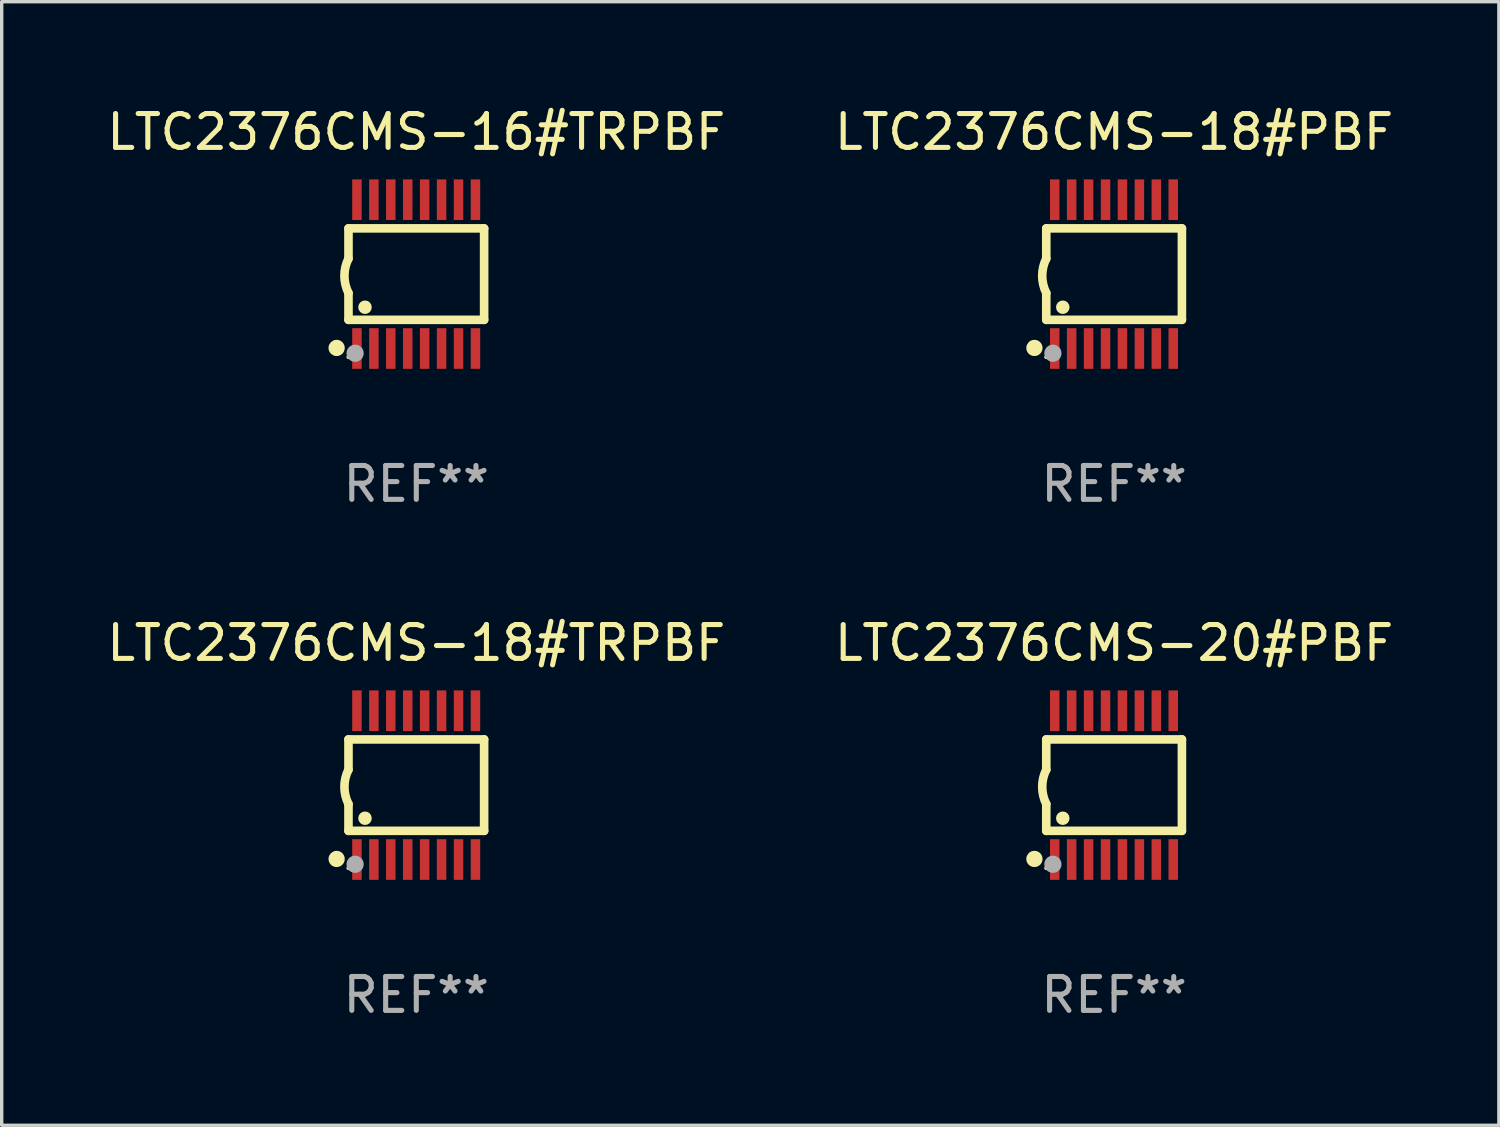
<source format=kicad_pcb>
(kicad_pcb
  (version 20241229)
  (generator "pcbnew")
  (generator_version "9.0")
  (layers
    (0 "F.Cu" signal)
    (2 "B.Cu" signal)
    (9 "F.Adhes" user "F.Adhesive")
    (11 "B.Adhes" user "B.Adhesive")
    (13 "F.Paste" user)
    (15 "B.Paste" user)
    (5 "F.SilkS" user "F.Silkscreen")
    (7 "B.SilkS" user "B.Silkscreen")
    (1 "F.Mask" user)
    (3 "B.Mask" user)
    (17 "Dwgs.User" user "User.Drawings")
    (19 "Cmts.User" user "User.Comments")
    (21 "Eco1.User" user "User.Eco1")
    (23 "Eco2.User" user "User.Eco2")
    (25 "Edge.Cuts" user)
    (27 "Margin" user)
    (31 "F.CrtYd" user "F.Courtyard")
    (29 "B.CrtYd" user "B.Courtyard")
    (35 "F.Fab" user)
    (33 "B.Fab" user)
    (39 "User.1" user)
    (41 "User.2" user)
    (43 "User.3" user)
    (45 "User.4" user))
  (footprint "LTC2376CMS-18#TRPBF"
    (layer "F.Cu")
    (at 9.244 20.136)
    (property "Reference" "LTC2376CMS-18#TRPBF" (at 0 -4.197 0) (layer "F.SilkS") (effects (font (size 1 1) (thickness 0.15))))
    (attr through_hole)
    (fp_line (start -2.003 -1.35) (end -2.003 -0.457) (stroke (width 0.254) (type solid)) (layer "F.SilkS"))
    (fp_line (start -2.003 -1.35) (end 2.003 -1.35) (stroke (width 0.254) (type solid)) (layer "F.SilkS"))
    (fp_line (start -2.003 1.35) (end -2.003 0.559) (stroke (width 0.254) (type solid)) (layer "F.SilkS"))
    (fp_line (start -2.003 1.35) (end 2.003 1.35) (stroke (width 0.254) (type solid)) (layer "F.SilkS"))
    (fp_line (start 2.003 -1.35) (end 2.003 1.35) (stroke (width 0.254) (type solid)) (layer "F.SilkS"))
    (fp_arc (start -2.002286 0.558802) (mid -2.122556 0.05092) (end -2.003302 -0.457201) (stroke (width 0.254001) (type solid)) (layer "F.SilkS"))
    (fp_circle (center -2.353 2.18) (end -2.233 2.18) (stroke (width 0.24) (type solid)) (fill no) (layer "F.SilkS"))
    (fp_circle (center -2.003 2.45) (end -1.973 2.45) (stroke (width 0.06) (type solid)) (fill no) (layer "F.SilkS"))
    (fp_circle (center -1.515 0.978) (end -1.415 0.978) (stroke (width 0.2) (type solid)) (fill no) (layer "F.SilkS"))
    (fp_circle (center -1.807 2.337) (end -1.68 2.337) (stroke (width 0.254) (type solid)) (fill no) (layer "F.Fab"))
    (fp_text user "REF**" (at 0 6.197 0) (layer "F.Fab") (effects (font (size 1 1) (thickness 0.15))))
    (pad "1" smd rect (at -1.753 2.197 90) (size 1.2 0.28) (layers "F.Cu" "F.Mask" "F.Paste"))
    (pad "2" smd rect (at -1.253 2.197 90) (size 1.2 0.28) (layers "F.Cu" "F.Mask" "F.Paste"))
    (pad "3" smd rect (at -0.753 2.197 90) (size 1.2 0.28) (layers "F.Cu" "F.Mask" "F.Paste"))
    (pad "4" smd rect (at -0.253 2.197 90) (size 1.2 0.28) (layers "F.Cu" "F.Mask" "F.Paste"))
    (pad "5" smd rect (at 0.247 2.197 90) (size 1.2 0.28) (layers "F.Cu" "F.Mask" "F.Paste"))
    (pad "6" smd rect (at 0.747 2.197 90) (size 1.2 0.28) (layers "F.Cu" "F.Mask" "F.Paste"))
    (pad "7" smd rect (at 1.247 2.197 90) (size 1.2 0.28) (layers "F.Cu" "F.Mask" "F.Paste"))
    (pad "8" smd rect (at 1.747 2.197 90) (size 1.2 0.28) (layers "F.Cu" "F.Mask" "F.Paste"))
    (pad "9" smd rect (at 1.747 -2.197 90) (size 1.2 0.28) (layers "F.Cu" "F.Mask" "F.Paste"))
    (pad "10" smd rect (at 1.247 -2.197 90) (size 1.2 0.28) (layers "F.Cu" "F.Mask" "F.Paste"))
    (pad "11" smd rect (at 0.747 -2.197 90) (size 1.2 0.28) (layers "F.Cu" "F.Mask" "F.Paste"))
    (pad "12" smd rect (at 0.247 -2.197 90) (size 1.2 0.28) (layers "F.Cu" "F.Mask" "F.Paste"))
    (pad "13" smd rect (at -0.253 -2.197 90) (size 1.2 0.28) (layers "F.Cu" "F.Mask" "F.Paste"))
    (pad "14" smd rect (at -0.753 -2.197 90) (size 1.2 0.28) (layers "F.Cu" "F.Mask" "F.Paste"))
    (pad "15" smd rect (at -1.253 -2.197 90) (size 1.2 0.28) (layers "F.Cu" "F.Mask" "F.Paste"))
    (pad "16" smd rect (at -1.753 -2.197 90) (size 1.2 0.28) (layers "F.Cu" "F.Mask" "F.Paste")))
  (footprint "LTC2376CMS-16#TRPBF"
    (layer "F.Cu")
    (at 9.244 5.045)
    (property "Reference" "LTC2376CMS-16#TRPBF" (at 0 -4.197 0) (layer "F.SilkS") (effects (font (size 1 1) (thickness 0.15))))
    (attr through_hole)
    (fp_line (start -2.003 -1.35) (end -2.003 -0.457) (stroke (width 0.254) (type solid)) (layer "F.SilkS"))
    (fp_line (start -2.003 -1.35) (end 2.003 -1.35) (stroke (width 0.254) (type solid)) (layer "F.SilkS"))
    (fp_line (start -2.003 1.35) (end -2.003 0.559) (stroke (width 0.254) (type solid)) (layer "F.SilkS"))
    (fp_line (start -2.003 1.35) (end 2.003 1.35) (stroke (width 0.254) (type solid)) (layer "F.SilkS"))
    (fp_line (start 2.003 -1.35) (end 2.003 1.35) (stroke (width 0.254) (type solid)) (layer "F.SilkS"))
    (fp_arc (start -2.002286 0.558802) (mid -2.122556 0.05092) (end -2.003302 -0.457201) (stroke (width 0.254001) (type solid)) (layer "F.SilkS"))
    (fp_circle (center -2.353 2.18) (end -2.233 2.18) (stroke (width 0.24) (type solid)) (fill no) (layer "F.SilkS"))
    (fp_circle (center -2.003 2.45) (end -1.973 2.45) (stroke (width 0.06) (type solid)) (fill no) (layer "F.SilkS"))
    (fp_circle (center -1.515 0.978) (end -1.415 0.978) (stroke (width 0.2) (type solid)) (fill no) (layer "F.SilkS"))
    (fp_circle (center -1.807 2.337) (end -1.68 2.337) (stroke (width 0.254) (type solid)) (fill no) (layer "F.Fab"))
    (fp_text user "REF**" (at 0 6.197 0) (layer "F.Fab") (effects (font (size 1 1) (thickness 0.15))))
    (pad "1" smd rect (at -1.753 2.197 90) (size 1.2 0.28) (layers "F.Cu" "F.Mask" "F.Paste"))
    (pad "2" smd rect (at -1.253 2.197 90) (size 1.2 0.28) (layers "F.Cu" "F.Mask" "F.Paste"))
    (pad "3" smd rect (at -0.753 2.197 90) (size 1.2 0.28) (layers "F.Cu" "F.Mask" "F.Paste"))
    (pad "4" smd rect (at -0.253 2.197 90) (size 1.2 0.28) (layers "F.Cu" "F.Mask" "F.Paste"))
    (pad "5" smd rect (at 0.247 2.197 90) (size 1.2 0.28) (layers "F.Cu" "F.Mask" "F.Paste"))
    (pad "6" smd rect (at 0.747 2.197 90) (size 1.2 0.28) (layers "F.Cu" "F.Mask" "F.Paste"))
    (pad "7" smd rect (at 1.247 2.197 90) (size 1.2 0.28) (layers "F.Cu" "F.Mask" "F.Paste"))
    (pad "8" smd rect (at 1.747 2.197 90) (size 1.2 0.28) (layers "F.Cu" "F.Mask" "F.Paste"))
    (pad "9" smd rect (at 1.747 -2.197 90) (size 1.2 0.28) (layers "F.Cu" "F.Mask" "F.Paste"))
    (pad "10" smd rect (at 1.247 -2.197 90) (size 1.2 0.28) (layers "F.Cu" "F.Mask" "F.Paste"))
    (pad "11" smd rect (at 0.747 -2.197 90) (size 1.2 0.28) (layers "F.Cu" "F.Mask" "F.Paste"))
    (pad "12" smd rect (at 0.247 -2.197 90) (size 1.2 0.28) (layers "F.Cu" "F.Mask" "F.Paste"))
    (pad "13" smd rect (at -0.253 -2.197 90) (size 1.2 0.28) (layers "F.Cu" "F.Mask" "F.Paste"))
    (pad "14" smd rect (at -0.753 -2.197 90) (size 1.2 0.28) (layers "F.Cu" "F.Mask" "F.Paste"))
    (pad "15" smd rect (at -1.253 -2.197 90) (size 1.2 0.28) (layers "F.Cu" "F.Mask" "F.Paste"))
    (pad "16" smd rect (at -1.753 -2.197 90) (size 1.2 0.28) (layers "F.Cu" "F.Mask" "F.Paste")))
  (footprint "LTC2376CMS-18#PBF"
    (layer "F.Cu")
    (at 29.851 5.045)
    (property "Reference" "LTC2376CMS-18#PBF" (at 0 -4.197 0) (layer "F.SilkS") (effects (font (size 1 1) (thickness 0.15))))
    (attr through_hole)
    (fp_line (start -2.003 -1.35) (end -2.003 -0.457) (stroke (width 0.254) (type solid)) (layer "F.SilkS"))
    (fp_line (start -2.003 -1.35) (end 2.003 -1.35) (stroke (width 0.254) (type solid)) (layer "F.SilkS"))
    (fp_line (start -2.003 1.35) (end -2.003 0.559) (stroke (width 0.254) (type solid)) (layer "F.SilkS"))
    (fp_line (start -2.003 1.35) (end 2.003 1.35) (stroke (width 0.254) (type solid)) (layer "F.SilkS"))
    (fp_line (start 2.003 -1.35) (end 2.003 1.35) (stroke (width 0.254) (type solid)) (layer "F.SilkS"))
    (fp_arc (start -2.002286 0.558802) (mid -2.122556 0.05092) (end -2.003302 -0.457201) (stroke (width 0.254001) (type solid)) (layer "F.SilkS"))
    (fp_circle (center -2.353 2.18) (end -2.233 2.18) (stroke (width 0.24) (type solid)) (fill no) (layer "F.SilkS"))
    (fp_circle (center -2.003 2.45) (end -1.973 2.45) (stroke (width 0.06) (type solid)) (fill no) (layer "F.SilkS"))
    (fp_circle (center -1.515 0.978) (end -1.415 0.978) (stroke (width 0.2) (type solid)) (fill no) (layer "F.SilkS"))
    (fp_circle (center -1.807 2.337) (end -1.68 2.337) (stroke (width 0.254) (type solid)) (fill no) (layer "F.Fab"))
    (fp_text user "REF**" (at 0 6.197 0) (layer "F.Fab") (effects (font (size 1 1) (thickness 0.15))))
    (pad "1" smd rect (at -1.753 2.197 90) (size 1.2 0.28) (layers "F.Cu" "F.Mask" "F.Paste"))
    (pad "2" smd rect (at -1.253 2.197 90) (size 1.2 0.28) (layers "F.Cu" "F.Mask" "F.Paste"))
    (pad "3" smd rect (at -0.753 2.197 90) (size 1.2 0.28) (layers "F.Cu" "F.Mask" "F.Paste"))
    (pad "4" smd rect (at -0.253 2.197 90) (size 1.2 0.28) (layers "F.Cu" "F.Mask" "F.Paste"))
    (pad "5" smd rect (at 0.247 2.197 90) (size 1.2 0.28) (layers "F.Cu" "F.Mask" "F.Paste"))
    (pad "6" smd rect (at 0.747 2.197 90) (size 1.2 0.28) (layers "F.Cu" "F.Mask" "F.Paste"))
    (pad "7" smd rect (at 1.247 2.197 90) (size 1.2 0.28) (layers "F.Cu" "F.Mask" "F.Paste"))
    (pad "8" smd rect (at 1.747 2.197 90) (size 1.2 0.28) (layers "F.Cu" "F.Mask" "F.Paste"))
    (pad "9" smd rect (at 1.747 -2.197 90) (size 1.2 0.28) (layers "F.Cu" "F.Mask" "F.Paste"))
    (pad "10" smd rect (at 1.247 -2.197 90) (size 1.2 0.28) (layers "F.Cu" "F.Mask" "F.Paste"))
    (pad "11" smd rect (at 0.747 -2.197 90) (size 1.2 0.28) (layers "F.Cu" "F.Mask" "F.Paste"))
    (pad "12" smd rect (at 0.247 -2.197 90) (size 1.2 0.28) (layers "F.Cu" "F.Mask" "F.Paste"))
    (pad "13" smd rect (at -0.253 -2.197 90) (size 1.2 0.28) (layers "F.Cu" "F.Mask" "F.Paste"))
    (pad "14" smd rect (at -0.753 -2.197 90) (size 1.2 0.28) (layers "F.Cu" "F.Mask" "F.Paste"))
    (pad "15" smd rect (at -1.253 -2.197 90) (size 1.2 0.28) (layers "F.Cu" "F.Mask" "F.Paste"))
    (pad "16" smd rect (at -1.753 -2.197 90) (size 1.2 0.28) (layers "F.Cu" "F.Mask" "F.Paste")))
  (footprint "LTC2376CMS-20#PBF"
    (layer "F.Cu")
    (at 29.851 20.136)
    (property "Reference" "LTC2376CMS-20#PBF" (at 0 -4.197 0) (layer "F.SilkS") (effects (font (size 1 1) (thickness 0.15))))
    (attr through_hole)
    (fp_line (start -2.003 -1.35) (end -2.003 -0.457) (stroke (width 0.254) (type solid)) (layer "F.SilkS"))
    (fp_line (start -2.003 -1.35) (end 2.003 -1.35) (stroke (width 0.254) (type solid)) (layer "F.SilkS"))
    (fp_line (start -2.003 1.35) (end -2.003 0.559) (stroke (width 0.254) (type solid)) (layer "F.SilkS"))
    (fp_line (start -2.003 1.35) (end 2.003 1.35) (stroke (width 0.254) (type solid)) (layer "F.SilkS"))
    (fp_line (start 2.003 -1.35) (end 2.003 1.35) (stroke (width 0.254) (type solid)) (layer "F.SilkS"))
    (fp_arc (start -2.002286 0.558802) (mid -2.122556 0.05092) (end -2.003302 -0.457201) (stroke (width 0.254001) (type solid)) (layer "F.SilkS"))
    (fp_circle (center -2.353 2.18) (end -2.233 2.18) (stroke (width 0.24) (type solid)) (fill no) (layer "F.SilkS"))
    (fp_circle (center -2.003 2.45) (end -1.973 2.45) (stroke (width 0.06) (type solid)) (fill no) (layer "F.SilkS"))
    (fp_circle (center -1.515 0.978) (end -1.415 0.978) (stroke (width 0.2) (type solid)) (fill no) (layer "F.SilkS"))
    (fp_circle (center -1.807 2.337) (end -1.68 2.337) (stroke (width 0.254) (type solid)) (fill no) (layer "F.Fab"))
    (fp_text user "REF**" (at 0 6.197 0) (layer "F.Fab") (effects (font (size 1 1) (thickness 0.15))))
    (pad "1" smd rect (at -1.753 2.197 90) (size 1.2 0.28) (layers "F.Cu" "F.Mask" "F.Paste"))
    (pad "2" smd rect (at -1.253 2.197 90) (size 1.2 0.28) (layers "F.Cu" "F.Mask" "F.Paste"))
    (pad "3" smd rect (at -0.753 2.197 90) (size 1.2 0.28) (layers "F.Cu" "F.Mask" "F.Paste"))
    (pad "4" smd rect (at -0.253 2.197 90) (size 1.2 0.28) (layers "F.Cu" "F.Mask" "F.Paste"))
    (pad "5" smd rect (at 0.247 2.197 90) (size 1.2 0.28) (layers "F.Cu" "F.Mask" "F.Paste"))
    (pad "6" smd rect (at 0.747 2.197 90) (size 1.2 0.28) (layers "F.Cu" "F.Mask" "F.Paste"))
    (pad "7" smd rect (at 1.247 2.197 90) (size 1.2 0.28) (layers "F.Cu" "F.Mask" "F.Paste"))
    (pad "8" smd rect (at 1.747 2.197 90) (size 1.2 0.28) (layers "F.Cu" "F.Mask" "F.Paste"))
    (pad "9" smd rect (at 1.747 -2.197 90) (size 1.2 0.28) (layers "F.Cu" "F.Mask" "F.Paste"))
    (pad "10" smd rect (at 1.247 -2.197 90) (size 1.2 0.28) (layers "F.Cu" "F.Mask" "F.Paste"))
    (pad "11" smd rect (at 0.747 -2.197 90) (size 1.2 0.28) (layers "F.Cu" "F.Mask" "F.Paste"))
    (pad "12" smd rect (at 0.247 -2.197 90) (size 1.2 0.28) (layers "F.Cu" "F.Mask" "F.Paste"))
    (pad "13" smd rect (at -0.253 -2.197 90) (size 1.2 0.28) (layers "F.Cu" "F.Mask" "F.Paste"))
    (pad "14" smd rect (at -0.753 -2.197 90) (size 1.2 0.28) (layers "F.Cu" "F.Mask" "F.Paste"))
    (pad "15" smd rect (at -1.253 -2.197 90) (size 1.2 0.28) (layers "F.Cu" "F.Mask" "F.Paste"))
    (pad "16" smd rect (at -1.753 -2.197 90) (size 1.2 0.28) (layers "F.Cu" "F.Mask" "F.Paste")))
  (gr_rect
    (start -3 -3)
    (end 41.214 30.181)
    (stroke (width 0.1) (type default))
    (fill no)
    (layer "Edge.Cuts")))
</source>
